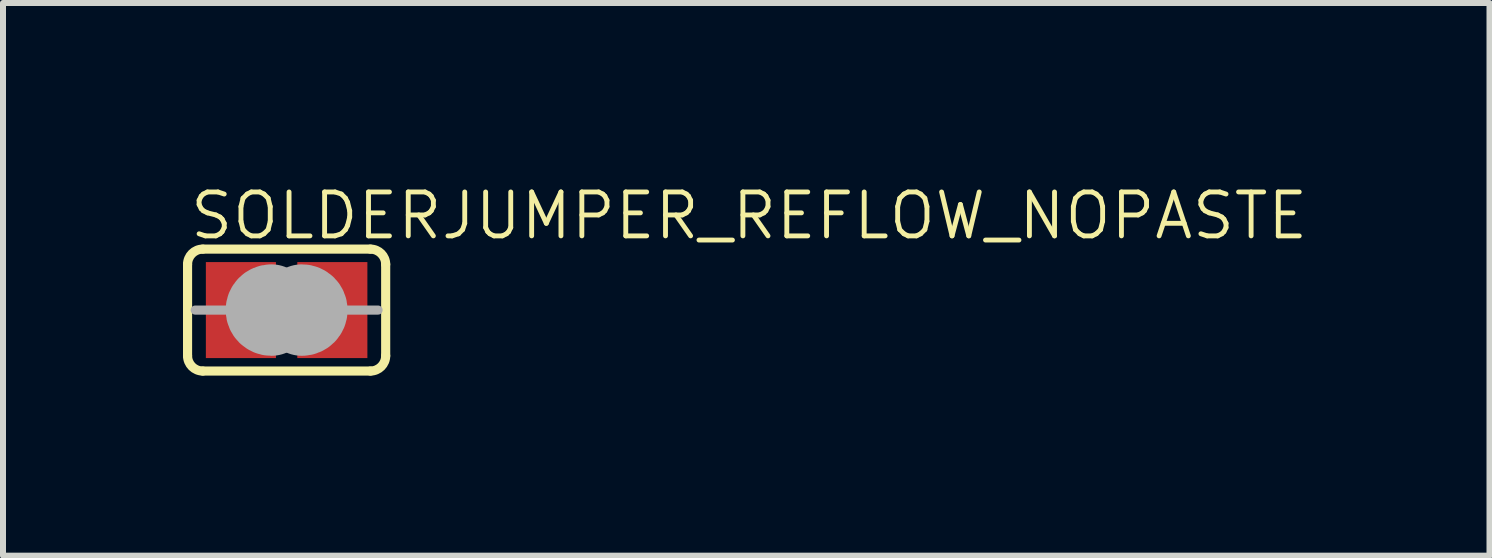
<source format=kicad_pcb>
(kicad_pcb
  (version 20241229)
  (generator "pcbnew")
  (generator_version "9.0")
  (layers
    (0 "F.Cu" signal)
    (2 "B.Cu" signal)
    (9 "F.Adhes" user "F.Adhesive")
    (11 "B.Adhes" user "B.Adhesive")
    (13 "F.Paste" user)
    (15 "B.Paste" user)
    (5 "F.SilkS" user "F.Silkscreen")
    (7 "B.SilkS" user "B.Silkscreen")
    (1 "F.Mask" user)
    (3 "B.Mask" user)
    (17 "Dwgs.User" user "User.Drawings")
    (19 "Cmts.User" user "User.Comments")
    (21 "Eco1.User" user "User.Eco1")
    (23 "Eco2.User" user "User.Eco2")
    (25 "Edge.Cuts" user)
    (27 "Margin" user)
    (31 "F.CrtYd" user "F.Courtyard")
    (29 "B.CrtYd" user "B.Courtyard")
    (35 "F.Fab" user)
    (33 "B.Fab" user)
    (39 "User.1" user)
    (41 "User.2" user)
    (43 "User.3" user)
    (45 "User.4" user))
  (footprint "SOLDERJUMPER_REFLOW_NOPASTE"
    (layer "F.Cu")
    (at 1.727 2.118)
    (property "Reference" "SOLDERJUMPER_REFLOW_NOPASTE" (at -1.651 -1.143 0) (unlocked yes) (layer "F.SilkS") (effects (font (size 0.732 0.732) (thickness 0.081)) (justify left bottom)))
    (fp_poly (pts (xy -0.076 0.914) (xy 0.076 0.914) (xy 0.076 -0.914) (xy -0.076 -0.914)) (stroke (width 0) (type default)) (fill yes) (layer "F.Mask"))
    (fp_line (start -1.651 0.762) (end -1.651 -0.762) (stroke (width 0.152) (type solid)) (layer "F.SilkS"))
    (fp_line (start -1.397 -1.016) (end 1.397 -1.016) (stroke (width 0.152) (type solid)) (layer "F.SilkS"))
    (fp_line (start 1.397 1.016) (end -1.397 1.016) (stroke (width 0.152) (type solid)) (layer "F.SilkS"))
    (fp_line (start 1.651 0.762) (end 1.651 -0.762) (stroke (width 0.152) (type solid)) (layer "F.SilkS"))
    (fp_arc (start -1.651 -0.762) (mid -1.576605 -0.941605) (end -1.397 -1.016) (stroke (width 0.1524) (type solid)) (layer "F.SilkS"))
    (fp_arc (start -1.397 1.016) (mid -1.576605 0.941605) (end -1.651 0.762) (stroke (width 0.1524) (type solid)) (layer "F.SilkS"))
    (fp_arc (start 1.397 -1.016) (mid 1.576605 -0.941605) (end 1.651 -0.762) (stroke (width 0.1524) (type solid)) (layer "F.SilkS"))
    (fp_arc (start 1.651 0.762) (mid 1.576605 0.941605) (end 1.397 1.016) (stroke (width 0.1524) (type solid)) (layer "F.SilkS"))
    (fp_line (start -1.016 0) (end -1.524 0) (stroke (width 0.152) (type solid)) (layer "F.Fab"))
    (fp_line (start 1.016 0) (end 1.524 0) (stroke (width 0.152) (type solid)) (layer "F.Fab"))
    (fp_arc (start -0.254 0.127) (mid -0.381 0) (end -0.254 -0.127) (stroke (width 1.27) (type solid)) (layer "F.Fab"))
    (fp_arc (start 0.254 -0.127) (mid 0.381 0) (end 0.254 0.127) (stroke (width 1.27) (type solid)) (layer "F.Fab"))
    (pad "1" smd rect (at -0.762 0) (size 1.168 1.6) (layers "F.Cu" "F.Mask"))
    (pad "2" smd rect (at 0.762 0) (size 1.168 1.6) (layers "F.Cu" "F.Mask")))
  (gr_rect
    (start -3 -3)
    (end 21.775 6.211)
    (stroke (width 0.1) (type default))
    (fill no)
    (layer "Edge.Cuts")))
</source>
